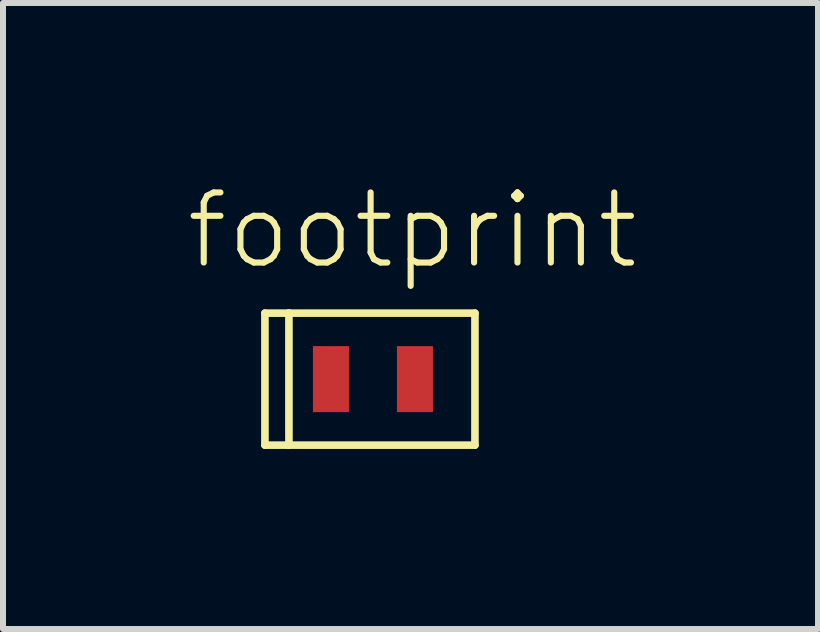
<source format=kicad_pcb>
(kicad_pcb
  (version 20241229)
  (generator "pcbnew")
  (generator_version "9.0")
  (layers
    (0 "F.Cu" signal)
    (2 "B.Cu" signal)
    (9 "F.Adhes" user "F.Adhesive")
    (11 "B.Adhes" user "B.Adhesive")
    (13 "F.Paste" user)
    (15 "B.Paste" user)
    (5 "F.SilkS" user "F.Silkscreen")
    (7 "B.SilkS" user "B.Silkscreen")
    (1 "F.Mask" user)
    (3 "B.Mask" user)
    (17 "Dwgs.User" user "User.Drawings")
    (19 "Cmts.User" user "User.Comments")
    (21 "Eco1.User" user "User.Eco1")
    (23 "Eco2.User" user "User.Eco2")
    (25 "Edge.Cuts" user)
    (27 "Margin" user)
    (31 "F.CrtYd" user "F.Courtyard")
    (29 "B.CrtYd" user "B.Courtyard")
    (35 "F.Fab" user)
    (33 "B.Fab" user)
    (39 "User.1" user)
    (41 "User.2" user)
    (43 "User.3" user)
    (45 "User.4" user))
  (footprint "footprint"
    (layer "F.Cu")
    (at 3.165 3.268)
    (property "Reference" "footprint" (at -3.165 -1.795 0) (layer "F.SilkS") (effects (font (size 1.168 1.168) (thickness 0.102)) (justify left bottom)))
    (fp_line (start -1.8 -1.1) (end -1.8 1.1) (stroke (width 0.127) (type solid)) (layer "F.SilkS"))
    (fp_line (start -1.8 1.1) (end -1.4 1.1) (stroke (width 0.127) (type solid)) (layer "F.SilkS"))
    (fp_line (start -1.4 -1.1) (end -1.8 -1.1) (stroke (width 0.127) (type solid)) (layer "F.SilkS"))
    (fp_line (start -1.4 -1.1) (end 1.7 -1.1) (stroke (width 0.127) (type solid)) (layer "F.SilkS"))
    (fp_line (start -1.4 1.1) (end -1.4 -1.1) (stroke (width 0.127) (type solid)) (layer "F.SilkS"))
    (fp_line (start 1.7 -1.1) (end 1.7 1.1) (stroke (width 0.127) (type solid)) (layer "F.SilkS"))
    (fp_line (start 1.7 1.1) (end -1.4 1.1) (stroke (width 0.127) (type solid)) (layer "F.SilkS"))
    (pad "1" smd rect (at -0.7 0) (size 0.6 1.1) (layers "F.Cu" "F.Mask" "F.Paste"))
    (pad "2" smd rect (at 0.7 0) (size 0.6 1.1) (layers "F.Cu" "F.Mask" "F.Paste")))
  (gr_rect
    (start -3 -3)
    (end 10.582 7.432)
    (stroke (width 0.1) (type default))
    (fill no)
    (layer "Edge.Cuts")))
</source>
